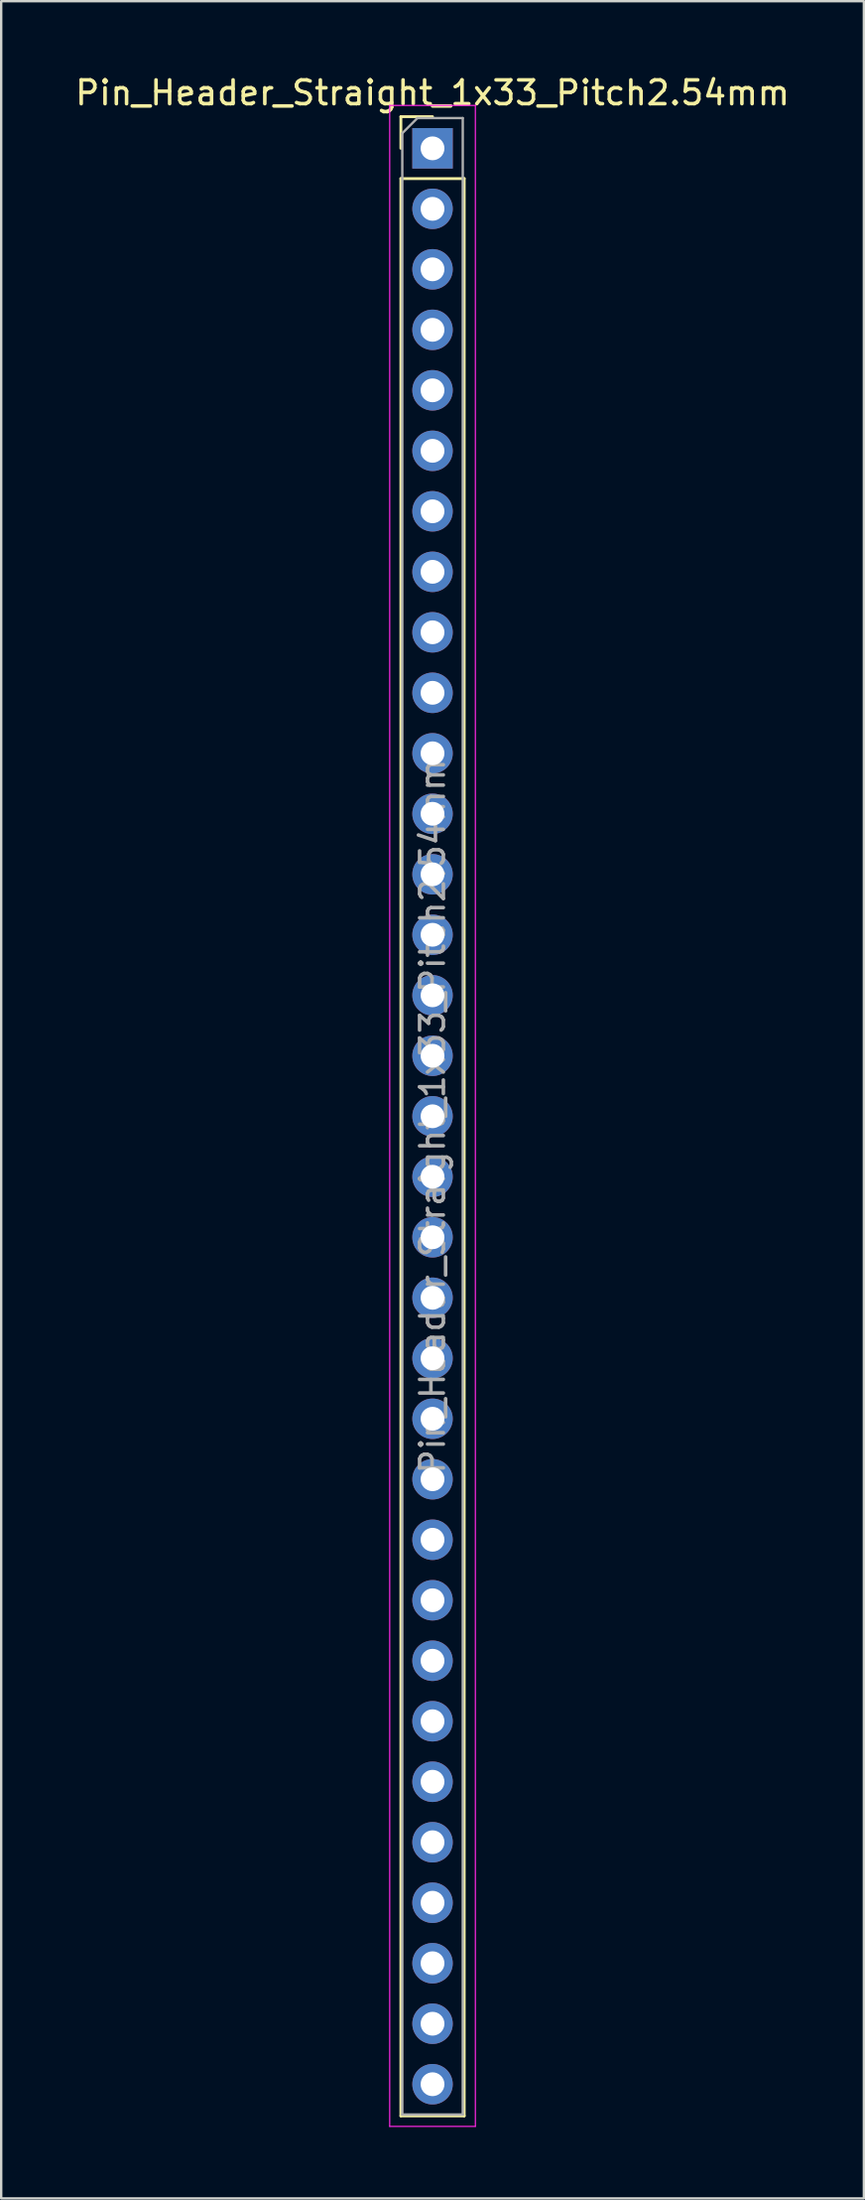
<source format=kicad_pcb>
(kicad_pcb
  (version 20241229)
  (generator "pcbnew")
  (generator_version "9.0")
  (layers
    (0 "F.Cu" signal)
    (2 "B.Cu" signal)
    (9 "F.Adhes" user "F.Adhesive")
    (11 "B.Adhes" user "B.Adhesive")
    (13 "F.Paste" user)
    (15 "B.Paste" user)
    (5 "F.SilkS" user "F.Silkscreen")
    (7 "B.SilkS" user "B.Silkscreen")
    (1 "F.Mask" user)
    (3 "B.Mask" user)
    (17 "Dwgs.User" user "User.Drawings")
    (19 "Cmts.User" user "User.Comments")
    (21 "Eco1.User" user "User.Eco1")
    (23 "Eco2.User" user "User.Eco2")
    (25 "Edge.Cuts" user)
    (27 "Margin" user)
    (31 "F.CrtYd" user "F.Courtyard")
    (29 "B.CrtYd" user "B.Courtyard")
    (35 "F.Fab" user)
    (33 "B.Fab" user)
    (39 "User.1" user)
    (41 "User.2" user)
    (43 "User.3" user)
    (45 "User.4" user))
  (footprint "Pin_Header_Straight_1x33_Pitch2.54mm"
    (layer "F.Cu")
    (at 15.125 3.178)
    (property "Reference" "Pin_Header_Straight_1x33_Pitch2.54mm" (at 0 -2.33 0) (layer "F.SilkS") (effects (font (size 1 1) (thickness 0.15))))
    (attr through_hole)
    (fp_line (start -1.33 -1.33) (end 0 -1.33) (stroke (width 0.12) (type solid)) (layer "F.SilkS"))
    (fp_line (start -1.33 0) (end -1.33 -1.33) (stroke (width 0.12) (type solid)) (layer "F.SilkS"))
    (fp_line (start -1.33 1.27) (end -1.33 82.61) (stroke (width 0.12) (type solid)) (layer "F.SilkS"))
    (fp_line (start -1.33 82.61) (end 1.33 82.61) (stroke (width 0.12) (type solid)) (layer "F.SilkS"))
    (fp_line (start 1.33 1.27) (end -1.33 1.27) (stroke (width 0.12) (type solid)) (layer "F.SilkS"))
    (fp_line (start 1.33 82.61) (end 1.33 1.27) (stroke (width 0.12) (type solid)) (layer "F.SilkS"))
    (fp_line (start -1.8 -1.8) (end -1.8 83.05) (stroke (width 0.05) (type solid)) (layer "F.CrtYd"))
    (fp_line (start -1.8 83.05) (end 1.8 83.05) (stroke (width 0.05) (type solid)) (layer "F.CrtYd"))
    (fp_line (start 1.8 -1.8) (end -1.8 -1.8) (stroke (width 0.05) (type solid)) (layer "F.CrtYd"))
    (fp_line (start 1.8 83.05) (end 1.8 -1.8) (stroke (width 0.05) (type solid)) (layer "F.CrtYd"))
    (fp_line (start -1.27 -0.635) (end -0.635 -1.27) (stroke (width 0.1) (type solid)) (layer "F.Fab"))
    (fp_line (start -1.27 82.55) (end -1.27 -0.635) (stroke (width 0.1) (type solid)) (layer "F.Fab"))
    (fp_line (start -0.635 -1.27) (end 1.27 -1.27) (stroke (width 0.1) (type solid)) (layer "F.Fab"))
    (fp_line (start 1.27 -1.27) (end 1.27 82.55) (stroke (width 0.1) (type solid)) (layer "F.Fab"))
    (fp_line (start 1.27 82.55) (end -1.27 82.55) (stroke (width 0.1) (type solid)) (layer "F.Fab"))
    (fp_text user "${REFERENCE}" (at 0 40.64 90) (layer "F.Fab") (effects (font (size 1 1) (thickness 0.15))))
    (pad "1" thru_hole rect (at 0 0) (size 1.7 1.7) (drill 1) (layers "*.Cu" "*.Mask"))
    (pad "2" thru_hole oval (at 0 2.54) (size 1.7 1.7) (drill 1) (layers "*.Cu" "*.Mask"))
    (pad "3" thru_hole oval (at 0 5.08) (size 1.7 1.7) (drill 1) (layers "*.Cu" "*.Mask"))
    (pad "4" thru_hole oval (at 0 7.62) (size 1.7 1.7) (drill 1) (layers "*.Cu" "*.Mask"))
    (pad "5" thru_hole oval (at 0 10.16) (size 1.7 1.7) (drill 1) (layers "*.Cu" "*.Mask"))
    (pad "6" thru_hole oval (at 0 12.7) (size 1.7 1.7) (drill 1) (layers "*.Cu" "*.Mask"))
    (pad "7" thru_hole oval (at 0 15.24) (size 1.7 1.7) (drill 1) (layers "*.Cu" "*.Mask"))
    (pad "8" thru_hole oval (at 0 17.78) (size 1.7 1.7) (drill 1) (layers "*.Cu" "*.Mask"))
    (pad "9" thru_hole oval (at 0 20.32) (size 1.7 1.7) (drill 1) (layers "*.Cu" "*.Mask"))
    (pad "10" thru_hole oval (at 0 22.86) (size 1.7 1.7) (drill 1) (layers "*.Cu" "*.Mask"))
    (pad "11" thru_hole oval (at 0 25.4) (size 1.7 1.7) (drill 1) (layers "*.Cu" "*.Mask"))
    (pad "12" thru_hole oval (at 0 27.94) (size 1.7 1.7) (drill 1) (layers "*.Cu" "*.Mask"))
    (pad "13" thru_hole oval (at 0 30.48) (size 1.7 1.7) (drill 1) (layers "*.Cu" "*.Mask"))
    (pad "14" thru_hole oval (at 0 33.02) (size 1.7 1.7) (drill 1) (layers "*.Cu" "*.Mask"))
    (pad "15" thru_hole oval (at 0 35.56) (size 1.7 1.7) (drill 1) (layers "*.Cu" "*.Mask"))
    (pad "16" thru_hole oval (at 0 38.1) (size 1.7 1.7) (drill 1) (layers "*.Cu" "*.Mask"))
    (pad "17" thru_hole oval (at 0 40.64) (size 1.7 1.7) (drill 1) (layers "*.Cu" "*.Mask"))
    (pad "18" thru_hole oval (at 0 43.18) (size 1.7 1.7) (drill 1) (layers "*.Cu" "*.Mask"))
    (pad "19" thru_hole oval (at 0 45.72) (size 1.7 1.7) (drill 1) (layers "*.Cu" "*.Mask"))
    (pad "20" thru_hole oval (at 0 48.26) (size 1.7 1.7) (drill 1) (layers "*.Cu" "*.Mask"))
    (pad "21" thru_hole oval (at 0 50.8) (size 1.7 1.7) (drill 1) (layers "*.Cu" "*.Mask"))
    (pad "22" thru_hole oval (at 0 53.34) (size 1.7 1.7) (drill 1) (layers "*.Cu" "*.Mask"))
    (pad "23" thru_hole oval (at 0 55.88) (size 1.7 1.7) (drill 1) (layers "*.Cu" "*.Mask"))
    (pad "24" thru_hole oval (at 0 58.42) (size 1.7 1.7) (drill 1) (layers "*.Cu" "*.Mask"))
    (pad "25" thru_hole oval (at 0 60.96) (size 1.7 1.7) (drill 1) (layers "*.Cu" "*.Mask"))
    (pad "26" thru_hole oval (at 0 63.5) (size 1.7 1.7) (drill 1) (layers "*.Cu" "*.Mask"))
    (pad "27" thru_hole oval (at 0 66.04) (size 1.7 1.7) (drill 1) (layers "*.Cu" "*.Mask"))
    (pad "28" thru_hole oval (at 0 68.58) (size 1.7 1.7) (drill 1) (layers "*.Cu" "*.Mask"))
    (pad "29" thru_hole oval (at 0 71.12) (size 1.7 1.7) (drill 1) (layers "*.Cu" "*.Mask"))
    (pad "30" thru_hole oval (at 0 73.66) (size 1.7 1.7) (drill 1) (layers "*.Cu" "*.Mask"))
    (pad "31" thru_hole oval (at 0 76.2) (size 1.7 1.7) (drill 1) (layers "*.Cu" "*.Mask"))
    (pad "32" thru_hole oval (at 0 78.74) (size 1.7 1.7) (drill 1) (layers "*.Cu" "*.Mask"))
    (pad "33" thru_hole oval (at 0 81.28) (size 1.7 1.7) (drill 1) (layers "*.Cu" "*.Mask")))
  (gr_rect
    (start -3 -3)
    (end 33.25 89.253)
    (stroke (width 0.1) (type default))
    (fill no)
    (layer "Edge.Cuts")))
</source>
